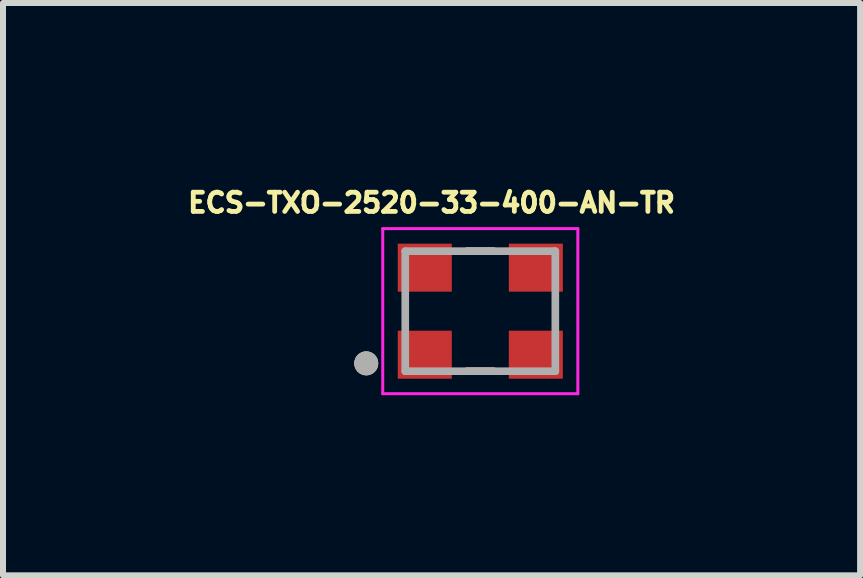
<source format=kicad_pcb>
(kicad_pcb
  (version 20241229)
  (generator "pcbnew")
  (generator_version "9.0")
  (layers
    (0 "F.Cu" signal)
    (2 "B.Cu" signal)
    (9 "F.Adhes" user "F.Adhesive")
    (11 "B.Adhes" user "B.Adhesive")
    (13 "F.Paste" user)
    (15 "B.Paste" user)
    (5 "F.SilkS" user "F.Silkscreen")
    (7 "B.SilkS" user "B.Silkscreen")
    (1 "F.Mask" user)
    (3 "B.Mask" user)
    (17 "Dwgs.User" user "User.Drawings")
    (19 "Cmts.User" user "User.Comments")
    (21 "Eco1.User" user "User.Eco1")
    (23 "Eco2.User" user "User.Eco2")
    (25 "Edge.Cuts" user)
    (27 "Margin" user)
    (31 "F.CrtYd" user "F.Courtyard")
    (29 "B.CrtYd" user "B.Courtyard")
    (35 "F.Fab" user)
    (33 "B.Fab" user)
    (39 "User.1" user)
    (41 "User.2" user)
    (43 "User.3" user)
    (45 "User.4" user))
  (footprint "ECS-TXO-2520-33-400-AN-TR"
    (layer "F.Cu")
    (at 4.951 2.134)
    (property "Reference" "ECS-TXO-2520-33-400-AN-TR" (at -0.812 -1.806 0) (layer "F.SilkS") (effects (font (size 0.32 0.32) (thickness 0.15))))
    (attr through_hole)
    (fp_line (start -0.221 -1) (end 0.221 -1) (stroke (width 0.127) (type solid)) (layer "F.SilkS"))
    (fp_line (start -0.221 1) (end 0.221 1) (stroke (width 0.127) (type solid)) (layer "F.SilkS"))
    (fp_circle (center -1.9 0.869) (end -1.8 0.869) (stroke (width 0.2) (type solid)) (fill no) (layer "F.SilkS"))
    (fp_line (start -1.625 -1.375) (end 1.625 -1.375) (stroke (width 0.05) (type solid)) (layer "F.CrtYd"))
    (fp_line (start -1.625 1.375) (end -1.625 -1.375) (stroke (width 0.05) (type solid)) (layer "F.CrtYd"))
    (fp_line (start 1.625 -1.375) (end 1.625 1.375) (stroke (width 0.05) (type solid)) (layer "F.CrtYd"))
    (fp_line (start 1.625 1.375) (end -1.625 1.375) (stroke (width 0.05) (type solid)) (layer "F.CrtYd"))
    (fp_line (start -1.25 -1) (end 1.25 -1) (stroke (width 0.127) (type solid)) (layer "F.Fab"))
    (fp_line (start -1.25 1) (end -1.25 -1) (stroke (width 0.127) (type solid)) (layer "F.Fab"))
    (fp_line (start 1.25 -1) (end 1.25 1) (stroke (width 0.127) (type solid)) (layer "F.Fab"))
    (fp_line (start 1.25 1) (end -1.25 1) (stroke (width 0.127) (type solid)) (layer "F.Fab"))
    (fp_circle (center -1.9 0.869) (end -1.8 0.869) (stroke (width 0.2) (type solid)) (fill no) (layer "F.Fab"))
    (pad "1" smd rect (at -0.925 0.725 180) (size 0.9 0.8) (layers "F.Cu" "F.Mask" "F.Paste"))
    (pad "2" smd rect (at 0.925 0.725 180) (size 0.9 0.8) (layers "F.Cu" "F.Mask" "F.Paste"))
    (pad "3" smd rect (at 0.925 -0.725 180) (size 0.9 0.8) (layers "F.Cu" "F.Mask" "F.Paste"))
    (pad "4" smd rect (at -0.925 -0.725 180) (size 0.9 0.8) (layers "F.Cu" "F.Mask" "F.Paste")))
  (gr_rect
    (start -3 -3)
    (end 11.278 6.534)
    (stroke (width 0.1) (type default))
    (fill no)
    (layer "Edge.Cuts")))
</source>
